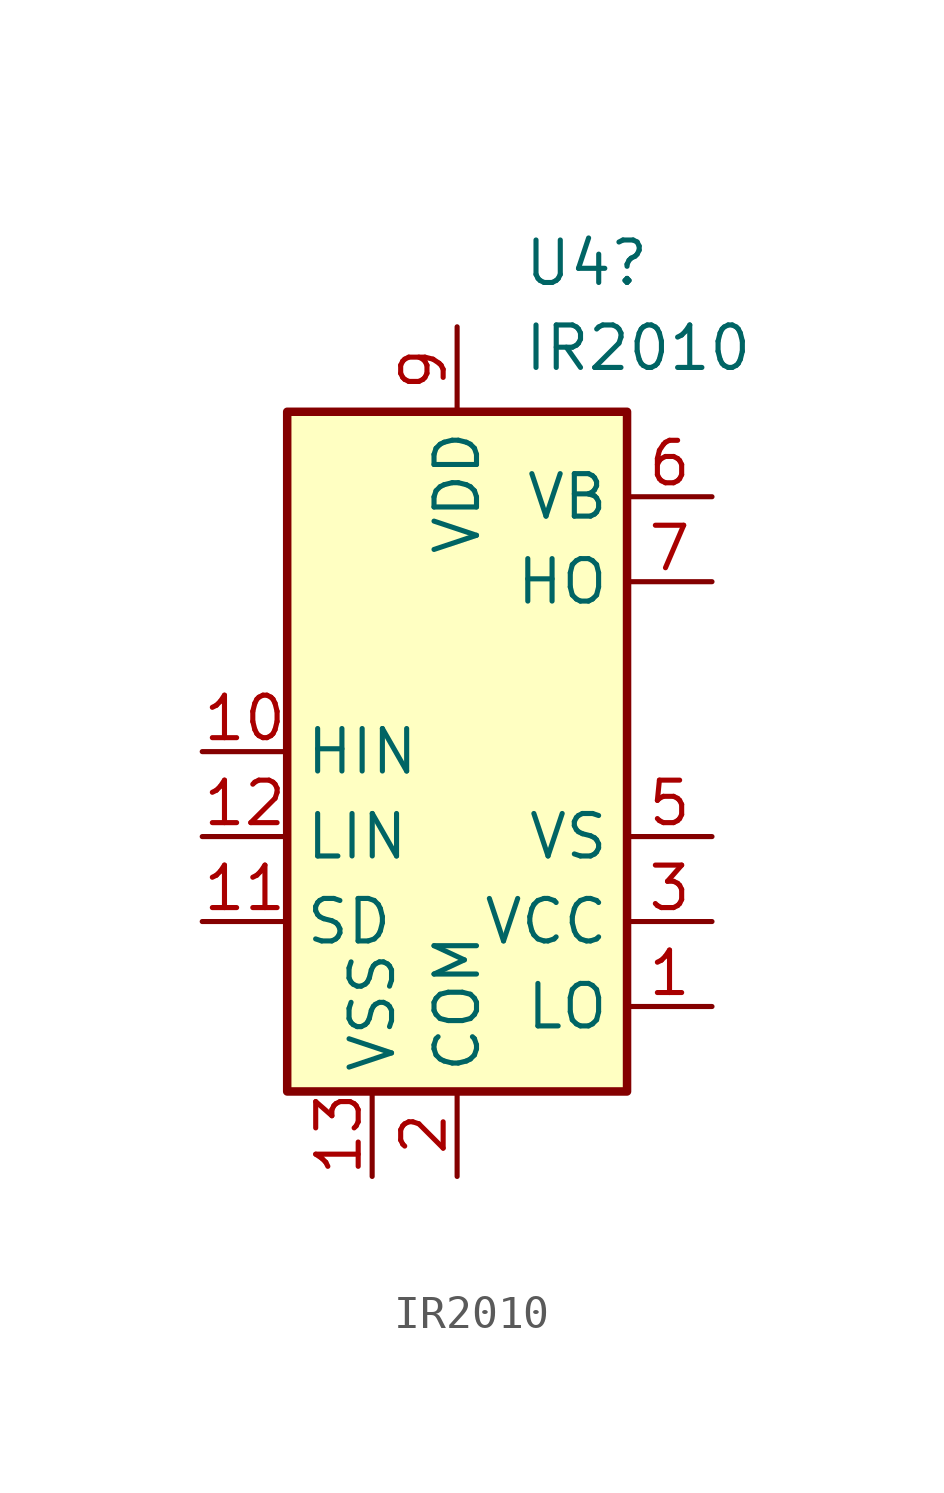
<source format=kicad_sym>
(kicad_symbol_lib
  (version 20241209)
  (generator "kicad_symbol_editor")
  (generator_version "9.0")
  (symbol "IR2010"
    (property "Reference" "U4"
      (at 1.956 14.605 0)
      (effects (font (size 1.27 1.27)) (justify left)))
    (property "Value" "IR2010"
      (at 1.956 12.065 0)
      (effects (font (size 1.27 1.27)) (justify left)))
    (symbol "IR2010_0_1"
      (rectangle (start -5.08 -10.16) (end 5.08 10.16) (stroke (width 0.254) (type default)) (fill (type background))))
    (symbol "IR2010_1_1"
      (pin input line (at -7.62 0 0) (length 2.54) (name "HIN" (effects (font (size 1.27 1.27)))) (number "10" (effects (font (size 1.27 1.27)))))
      (pin input line (at -7.62 -2.54 0) (length 2.54) (name "LIN" (effects (font (size 1.27 1.27)))) (number "12" (effects (font (size 1.27 1.27)))))
      (pin input line (at -7.62 -5.08 0) (length 2.54) (name "SD" (effects (font (size 1.27 1.27)))) (number "11" (effects (font (size 1.27 1.27)))))
      (pin no_connect line (at -5.08 7.62 0) (length 2.54) (hide yes) (name "NC" (effects (font (size 1.27 1.27)))) (number "4" (effects (font (size 1.27 1.27)))))
      (pin no_connect line (at -5.08 5.08 0) (length 2.54) (hide yes) (name "NC" (effects (font (size 1.27 1.27)))) (number "8" (effects (font (size 1.27 1.27)))))
      (pin no_connect line (at -5.08 2.54 0) (length 2.54) (hide yes) (name "NC" (effects (font (size 1.27 1.27)))) (number "14" (effects (font (size 1.27 1.27)))))
      (pin power_in line (at -2.54 -12.7 90) (length 2.54) (name "VSS" (effects (font (size 1.27 1.27)))) (number "13" (effects (font (size 1.27 1.27)))))
      (pin power_in line (at 0 12.7 270) (length 2.54) (name "VDD" (effects (font (size 1.27 1.27)))) (number "9" (effects (font (size 1.27 1.27)))))
      (pin power_in line (at 0 -12.7 90) (length 2.54) (name "COM" (effects (font (size 1.27 1.27)))) (number "2" (effects (font (size 1.27 1.27)))))
      (pin passive line (at 7.62 7.62 180) (length 2.54) (name "VB" (effects (font (size 1.27 1.27)))) (number "6" (effects (font (size 1.27 1.27)))))
      (pin output line (at 7.62 5.08 180) (length 2.54) (name "HO" (effects (font (size 1.27 1.27)))) (number "7" (effects (font (size 1.27 1.27)))))
      (pin passive line (at 7.62 -2.54 180) (length 2.54) (name "VS" (effects (font (size 1.27 1.27)))) (number "5" (effects (font (size 1.27 1.27)))))
      (pin power_in line (at 7.62 -5.08 180) (length 2.54) (name "VCC" (effects (font (size 1.27 1.27)))) (number "3" (effects (font (size 1.27 1.27)))))
      (pin output line (at 7.62 -7.62 180) (length 2.54) (name "LO" (effects (font (size 1.27 1.27)))) (number "1" (effects (font (size 1.27 1.27))))))))
</source>
